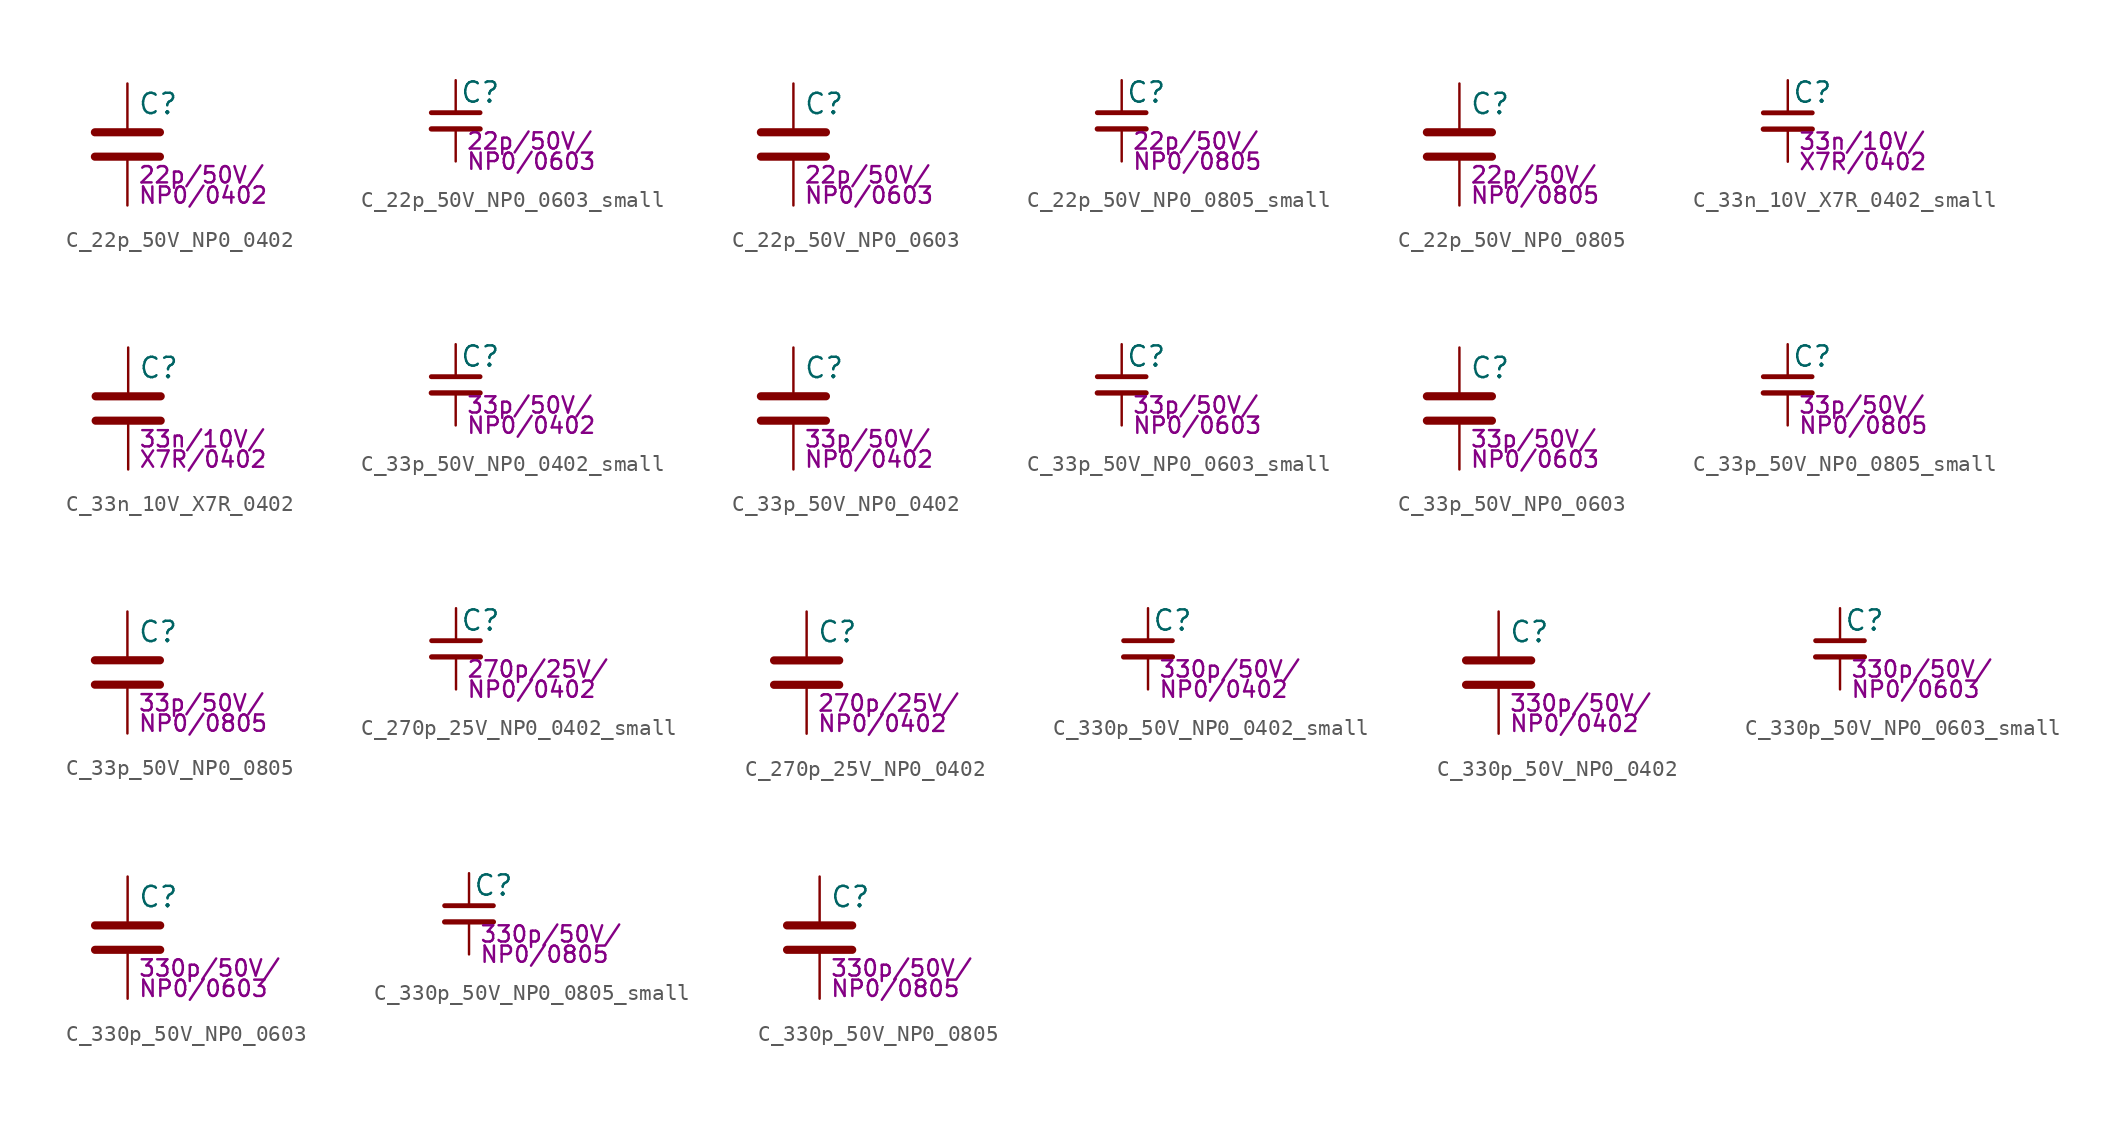
<source format=kicad_sym>
(kicad_symbol_lib
  (version 20211014)
  (generator kicad_symbol_editor)
  (symbol "C_22p_50V_NP0_0402"
    (pin_numbers hide)
    (pin_names
      (offset 0.254))
    (property "Reference" "C"
      (at 0.635 2.54 0)
      (effects (font (size 1.27 1.27)) (justify left)))
    (property "Params" "22p/50V/"
      (at 0.635 -1.905 0)
      (effects (font (size 1.016 1.016)) (justify left)))
    (property "Params2" "NP0/0402"
      (at 0.635 -3.175 0)
      (effects (font (size 1.016 1.016)) (justify left)))
    (symbol "C_22p_50V_NP0_0402_0_1"
      (polyline (pts (xy -2.032 -0.762) (xy 2.032 -0.762)) (stroke (width 0.508) (type default) (color 0 0 0 0)) (fill (type none)))
      (polyline (pts (xy -2.032 0.762) (xy 2.032 0.762)) (stroke (width 0.508) (type default) (color 0 0 0 0)) (fill (type none))))
    (symbol "C_22p_50V_NP0_0402_1_1"
      (pin passive line (at 0 3.81 270) (length 2.794) (name "~" (effects (font (size 1.27 1.27)))) (number "1" (effects (font (size 1.27 1.27)))))
      (pin passive line (at 0 -3.81 90) (length 2.794) (name "~" (effects (font (size 1.27 1.27)))) (number "2" (effects (font (size 1.27 1.27)))))))
  (symbol "C_22p_50V_NP0_0603_small"
    (pin_numbers hide)
    (pin_names
      (offset 0.254) hide)
    (property "Reference" "C"
      (at 0.254 1.778 0)
      (effects (font (size 1.27 1.27)) (justify left)))
    (property "Params" "22p/50V/"
      (at 0.635 -1.27 0)
      (effects (font (size 1.016 1.016)) (justify left)))
    (property "Params2" "NP0/0603"
      (at 0.635 -2.54 0)
      (effects (font (size 1.016 1.016)) (justify left)))
    (symbol "C_22p_50V_NP0_0603_small_0_1"
      (polyline (pts (xy -1.524 -0.508) (xy 1.524 -0.508)) (stroke (width 0.33) (type default) (color 0 0 0 0)) (fill (type none)))
      (polyline (pts (xy -1.524 0.508) (xy 1.524 0.508)) (stroke (width 0.305) (type default) (color 0 0 0 0)) (fill (type none))))
    (symbol "C_22p_50V_NP0_0603_small_1_1"
      (pin passive line (at 0 2.54 270) (length 2.032) (name "~" (effects (font (size 1.27 1.27)))) (number "1" (effects (font (size 1.27 1.27)))))
      (pin passive line (at 0 -2.54 90) (length 2.032) (name "~" (effects (font (size 1.27 1.27)))) (number "2" (effects (font (size 1.27 1.27)))))))
  (symbol "C_22p_50V_NP0_0603"
    (pin_numbers hide)
    (pin_names
      (offset 0.254))
    (property "Reference" "C"
      (at 0.635 2.54 0)
      (effects (font (size 1.27 1.27)) (justify left)))
    (property "Params" "22p/50V/"
      (at 0.635 -1.905 0)
      (effects (font (size 1.016 1.016)) (justify left)))
    (property "Params2" "NP0/0603"
      (at 0.635 -3.175 0)
      (effects (font (size 1.016 1.016)) (justify left)))
    (symbol "C_22p_50V_NP0_0603_0_1"
      (polyline (pts (xy -2.032 -0.762) (xy 2.032 -0.762)) (stroke (width 0.508) (type default) (color 0 0 0 0)) (fill (type none)))
      (polyline (pts (xy -2.032 0.762) (xy 2.032 0.762)) (stroke (width 0.508) (type default) (color 0 0 0 0)) (fill (type none))))
    (symbol "C_22p_50V_NP0_0603_1_1"
      (pin passive line (at 0 3.81 270) (length 2.794) (name "~" (effects (font (size 1.27 1.27)))) (number "1" (effects (font (size 1.27 1.27)))))
      (pin passive line (at 0 -3.81 90) (length 2.794) (name "~" (effects (font (size 1.27 1.27)))) (number "2" (effects (font (size 1.27 1.27)))))))
  (symbol "C_22p_50V_NP0_0805_small"
    (pin_numbers hide)
    (pin_names
      (offset 0.254) hide)
    (property "Reference" "C"
      (at 0.254 1.778 0)
      (effects (font (size 1.27 1.27)) (justify left)))
    (property "Params" "22p/50V/"
      (at 0.635 -1.27 0)
      (effects (font (size 1.016 1.016)) (justify left)))
    (property "Params2" "NP0/0805"
      (at 0.635 -2.54 0)
      (effects (font (size 1.016 1.016)) (justify left)))
    (symbol "C_22p_50V_NP0_0805_small_0_1"
      (polyline (pts (xy -1.524 -0.508) (xy 1.524 -0.508)) (stroke (width 0.33) (type default) (color 0 0 0 0)) (fill (type none)))
      (polyline (pts (xy -1.524 0.508) (xy 1.524 0.508)) (stroke (width 0.305) (type default) (color 0 0 0 0)) (fill (type none))))
    (symbol "C_22p_50V_NP0_0805_small_1_1"
      (pin passive line (at 0 2.54 270) (length 2.032) (name "~" (effects (font (size 1.27 1.27)))) (number "1" (effects (font (size 1.27 1.27)))))
      (pin passive line (at 0 -2.54 90) (length 2.032) (name "~" (effects (font (size 1.27 1.27)))) (number "2" (effects (font (size 1.27 1.27)))))))
  (symbol "C_22p_50V_NP0_0805"
    (pin_numbers hide)
    (pin_names
      (offset 0.254))
    (property "Reference" "C"
      (at 0.635 2.54 0)
      (effects (font (size 1.27 1.27)) (justify left)))
    (property "Params" "22p/50V/"
      (at 0.635 -1.905 0)
      (effects (font (size 1.016 1.016)) (justify left)))
    (property "Params2" "NP0/0805"
      (at 0.635 -3.175 0)
      (effects (font (size 1.016 1.016)) (justify left)))
    (symbol "C_22p_50V_NP0_0805_0_1"
      (polyline (pts (xy -2.032 -0.762) (xy 2.032 -0.762)) (stroke (width 0.508) (type default) (color 0 0 0 0)) (fill (type none)))
      (polyline (pts (xy -2.032 0.762) (xy 2.032 0.762)) (stroke (width 0.508) (type default) (color 0 0 0 0)) (fill (type none))))
    (symbol "C_22p_50V_NP0_0805_1_1"
      (pin passive line (at 0 3.81 270) (length 2.794) (name "~" (effects (font (size 1.27 1.27)))) (number "1" (effects (font (size 1.27 1.27)))))
      (pin passive line (at 0 -3.81 90) (length 2.794) (name "~" (effects (font (size 1.27 1.27)))) (number "2" (effects (font (size 1.27 1.27)))))))
  (symbol "C_33n_10V_X7R_0402_small"
    (pin_numbers hide)
    (pin_names
      (offset 0.254) hide)
    (property "Reference" "C"
      (at 0.254 1.778 0)
      (effects (font (size 1.27 1.27)) (justify left)))
    (property "Params" "33n/10V/"
      (at 0.635 -1.27 0)
      (effects (font (size 1.016 1.016)) (justify left)))
    (property "Params2" "X7R/0402"
      (at 0.635 -2.54 0)
      (effects (font (size 1.016 1.016)) (justify left)))
    (symbol "C_33n_10V_X7R_0402_small_0_1"
      (polyline (pts (xy -1.524 -0.508) (xy 1.524 -0.508)) (stroke (width 0.33) (type default) (color 0 0 0 0)) (fill (type none)))
      (polyline (pts (xy -1.524 0.508) (xy 1.524 0.508)) (stroke (width 0.305) (type default) (color 0 0 0 0)) (fill (type none))))
    (symbol "C_33n_10V_X7R_0402_small_1_1"
      (pin passive line (at 0 2.54 270) (length 2.032) (name "~" (effects (font (size 1.27 1.27)))) (number "1" (effects (font (size 1.27 1.27)))))
      (pin passive line (at 0 -2.54 90) (length 2.032) (name "~" (effects (font (size 1.27 1.27)))) (number "2" (effects (font (size 1.27 1.27)))))))
  (symbol "C_33n_10V_X7R_0402"
    (pin_numbers hide)
    (pin_names
      (offset 0.254))
    (property "Reference" "C"
      (at 0.635 2.54 0)
      (effects (font (size 1.27 1.27)) (justify left)))
    (property "Params" "33n/10V/"
      (at 0.635 -1.905 0)
      (effects (font (size 1.016 1.016)) (justify left)))
    (property "Params2" "X7R/0402"
      (at 0.635 -3.175 0)
      (effects (font (size 1.016 1.016)) (justify left)))
    (symbol "C_33n_10V_X7R_0402_0_1"
      (polyline (pts (xy -2.032 -0.762) (xy 2.032 -0.762)) (stroke (width 0.508) (type default) (color 0 0 0 0)) (fill (type none)))
      (polyline (pts (xy -2.032 0.762) (xy 2.032 0.762)) (stroke (width 0.508) (type default) (color 0 0 0 0)) (fill (type none))))
    (symbol "C_33n_10V_X7R_0402_1_1"
      (pin passive line (at 0 3.81 270) (length 2.794) (name "~" (effects (font (size 1.27 1.27)))) (number "1" (effects (font (size 1.27 1.27)))))
      (pin passive line (at 0 -3.81 90) (length 2.794) (name "~" (effects (font (size 1.27 1.27)))) (number "2" (effects (font (size 1.27 1.27)))))))
  (symbol "C_33p_50V_NP0_0402_small"
    (pin_numbers hide)
    (pin_names
      (offset 0.254) hide)
    (property "Reference" "C"
      (at 0.254 1.778 0)
      (effects (font (size 1.27 1.27)) (justify left)))
    (property "Params" "33p/50V/"
      (at 0.635 -1.27 0)
      (effects (font (size 1.016 1.016)) (justify left)))
    (property "Params2" "NP0/0402"
      (at 0.635 -2.54 0)
      (effects (font (size 1.016 1.016)) (justify left)))
    (symbol "C_33p_50V_NP0_0402_small_0_1"
      (polyline (pts (xy -1.524 -0.508) (xy 1.524 -0.508)) (stroke (width 0.33) (type default) (color 0 0 0 0)) (fill (type none)))
      (polyline (pts (xy -1.524 0.508) (xy 1.524 0.508)) (stroke (width 0.305) (type default) (color 0 0 0 0)) (fill (type none))))
    (symbol "C_33p_50V_NP0_0402_small_1_1"
      (pin passive line (at 0 2.54 270) (length 2.032) (name "~" (effects (font (size 1.27 1.27)))) (number "1" (effects (font (size 1.27 1.27)))))
      (pin passive line (at 0 -2.54 90) (length 2.032) (name "~" (effects (font (size 1.27 1.27)))) (number "2" (effects (font (size 1.27 1.27)))))))
  (symbol "C_33p_50V_NP0_0402"
    (pin_numbers hide)
    (pin_names
      (offset 0.254))
    (property "Reference" "C"
      (at 0.635 2.54 0)
      (effects (font (size 1.27 1.27)) (justify left)))
    (property "Params" "33p/50V/"
      (at 0.635 -1.905 0)
      (effects (font (size 1.016 1.016)) (justify left)))
    (property "Params2" "NP0/0402"
      (at 0.635 -3.175 0)
      (effects (font (size 1.016 1.016)) (justify left)))
    (symbol "C_33p_50V_NP0_0402_0_1"
      (polyline (pts (xy -2.032 -0.762) (xy 2.032 -0.762)) (stroke (width 0.508) (type default) (color 0 0 0 0)) (fill (type none)))
      (polyline (pts (xy -2.032 0.762) (xy 2.032 0.762)) (stroke (width 0.508) (type default) (color 0 0 0 0)) (fill (type none))))
    (symbol "C_33p_50V_NP0_0402_1_1"
      (pin passive line (at 0 3.81 270) (length 2.794) (name "~" (effects (font (size 1.27 1.27)))) (number "1" (effects (font (size 1.27 1.27)))))
      (pin passive line (at 0 -3.81 90) (length 2.794) (name "~" (effects (font (size 1.27 1.27)))) (number "2" (effects (font (size 1.27 1.27)))))))
  (symbol "C_33p_50V_NP0_0603_small"
    (pin_numbers hide)
    (pin_names
      (offset 0.254) hide)
    (property "Reference" "C"
      (at 0.254 1.778 0)
      (effects (font (size 1.27 1.27)) (justify left)))
    (property "Params" "33p/50V/"
      (at 0.635 -1.27 0)
      (effects (font (size 1.016 1.016)) (justify left)))
    (property "Params2" "NP0/0603"
      (at 0.635 -2.54 0)
      (effects (font (size 1.016 1.016)) (justify left)))
    (symbol "C_33p_50V_NP0_0603_small_0_1"
      (polyline (pts (xy -1.524 -0.508) (xy 1.524 -0.508)) (stroke (width 0.33) (type default) (color 0 0 0 0)) (fill (type none)))
      (polyline (pts (xy -1.524 0.508) (xy 1.524 0.508)) (stroke (width 0.305) (type default) (color 0 0 0 0)) (fill (type none))))
    (symbol "C_33p_50V_NP0_0603_small_1_1"
      (pin passive line (at 0 2.54 270) (length 2.032) (name "~" (effects (font (size 1.27 1.27)))) (number "1" (effects (font (size 1.27 1.27)))))
      (pin passive line (at 0 -2.54 90) (length 2.032) (name "~" (effects (font (size 1.27 1.27)))) (number "2" (effects (font (size 1.27 1.27)))))))
  (symbol "C_33p_50V_NP0_0603"
    (pin_numbers hide)
    (pin_names
      (offset 0.254))
    (property "Reference" "C"
      (at 0.635 2.54 0)
      (effects (font (size 1.27 1.27)) (justify left)))
    (property "Params" "33p/50V/"
      (at 0.635 -1.905 0)
      (effects (font (size 1.016 1.016)) (justify left)))
    (property "Params2" "NP0/0603"
      (at 0.635 -3.175 0)
      (effects (font (size 1.016 1.016)) (justify left)))
    (symbol "C_33p_50V_NP0_0603_0_1"
      (polyline (pts (xy -2.032 -0.762) (xy 2.032 -0.762)) (stroke (width 0.508) (type default) (color 0 0 0 0)) (fill (type none)))
      (polyline (pts (xy -2.032 0.762) (xy 2.032 0.762)) (stroke (width 0.508) (type default) (color 0 0 0 0)) (fill (type none))))
    (symbol "C_33p_50V_NP0_0603_1_1"
      (pin passive line (at 0 3.81 270) (length 2.794) (name "~" (effects (font (size 1.27 1.27)))) (number "1" (effects (font (size 1.27 1.27)))))
      (pin passive line (at 0 -3.81 90) (length 2.794) (name "~" (effects (font (size 1.27 1.27)))) (number "2" (effects (font (size 1.27 1.27)))))))
  (symbol "C_33p_50V_NP0_0805_small"
    (pin_numbers hide)
    (pin_names
      (offset 0.254) hide)
    (property "Reference" "C"
      (at 0.254 1.778 0)
      (effects (font (size 1.27 1.27)) (justify left)))
    (property "Params" "33p/50V/"
      (at 0.635 -1.27 0)
      (effects (font (size 1.016 1.016)) (justify left)))
    (property "Params2" "NP0/0805"
      (at 0.635 -2.54 0)
      (effects (font (size 1.016 1.016)) (justify left)))
    (symbol "C_33p_50V_NP0_0805_small_0_1"
      (polyline (pts (xy -1.524 -0.508) (xy 1.524 -0.508)) (stroke (width 0.33) (type default) (color 0 0 0 0)) (fill (type none)))
      (polyline (pts (xy -1.524 0.508) (xy 1.524 0.508)) (stroke (width 0.305) (type default) (color 0 0 0 0)) (fill (type none))))
    (symbol "C_33p_50V_NP0_0805_small_1_1"
      (pin passive line (at 0 2.54 270) (length 2.032) (name "~" (effects (font (size 1.27 1.27)))) (number "1" (effects (font (size 1.27 1.27)))))
      (pin passive line (at 0 -2.54 90) (length 2.032) (name "~" (effects (font (size 1.27 1.27)))) (number "2" (effects (font (size 1.27 1.27)))))))
  (symbol "C_33p_50V_NP0_0805"
    (pin_numbers hide)
    (pin_names
      (offset 0.254))
    (property "Reference" "C"
      (at 0.635 2.54 0)
      (effects (font (size 1.27 1.27)) (justify left)))
    (property "Params" "33p/50V/"
      (at 0.635 -1.905 0)
      (effects (font (size 1.016 1.016)) (justify left)))
    (property "Params2" "NP0/0805"
      (at 0.635 -3.175 0)
      (effects (font (size 1.016 1.016)) (justify left)))
    (symbol "C_33p_50V_NP0_0805_0_1"
      (polyline (pts (xy -2.032 -0.762) (xy 2.032 -0.762)) (stroke (width 0.508) (type default) (color 0 0 0 0)) (fill (type none)))
      (polyline (pts (xy -2.032 0.762) (xy 2.032 0.762)) (stroke (width 0.508) (type default) (color 0 0 0 0)) (fill (type none))))
    (symbol "C_33p_50V_NP0_0805_1_1"
      (pin passive line (at 0 3.81 270) (length 2.794) (name "~" (effects (font (size 1.27 1.27)))) (number "1" (effects (font (size 1.27 1.27)))))
      (pin passive line (at 0 -3.81 90) (length 2.794) (name "~" (effects (font (size 1.27 1.27)))) (number "2" (effects (font (size 1.27 1.27)))))))
  (symbol "C_270p_25V_NP0_0402_small"
    (pin_numbers hide)
    (pin_names
      (offset 0.254) hide)
    (property "Reference" "C"
      (at 0.254 1.778 0)
      (effects (font (size 1.27 1.27)) (justify left)))
    (property "Params" "270p/25V/"
      (at 0.635 -1.27 0)
      (effects (font (size 1.016 1.016)) (justify left)))
    (property "Params2" "NP0/0402"
      (at 0.635 -2.54 0)
      (effects (font (size 1.016 1.016)) (justify left)))
    (symbol "C_270p_25V_NP0_0402_small_0_1"
      (polyline (pts (xy -1.524 -0.508) (xy 1.524 -0.508)) (stroke (width 0.33) (type default) (color 0 0 0 0)) (fill (type none)))
      (polyline (pts (xy -1.524 0.508) (xy 1.524 0.508)) (stroke (width 0.305) (type default) (color 0 0 0 0)) (fill (type none))))
    (symbol "C_270p_25V_NP0_0402_small_1_1"
      (pin passive line (at 0 2.54 270) (length 2.032) (name "~" (effects (font (size 1.27 1.27)))) (number "1" (effects (font (size 1.27 1.27)))))
      (pin passive line (at 0 -2.54 90) (length 2.032) (name "~" (effects (font (size 1.27 1.27)))) (number "2" (effects (font (size 1.27 1.27)))))))
  (symbol "C_270p_25V_NP0_0402"
    (pin_numbers hide)
    (pin_names
      (offset 0.254))
    (property "Reference" "C"
      (at 0.635 2.54 0)
      (effects (font (size 1.27 1.27)) (justify left)))
    (property "Params" "270p/25V/"
      (at 0.635 -1.905 0)
      (effects (font (size 1.016 1.016)) (justify left)))
    (property "Params2" "NP0/0402"
      (at 0.635 -3.175 0)
      (effects (font (size 1.016 1.016)) (justify left)))
    (symbol "C_270p_25V_NP0_0402_0_1"
      (polyline (pts (xy -2.032 -0.762) (xy 2.032 -0.762)) (stroke (width 0.508) (type default) (color 0 0 0 0)) (fill (type none)))
      (polyline (pts (xy -2.032 0.762) (xy 2.032 0.762)) (stroke (width 0.508) (type default) (color 0 0 0 0)) (fill (type none))))
    (symbol "C_270p_25V_NP0_0402_1_1"
      (pin passive line (at 0 3.81 270) (length 2.794) (name "~" (effects (font (size 1.27 1.27)))) (number "1" (effects (font (size 1.27 1.27)))))
      (pin passive line (at 0 -3.81 90) (length 2.794) (name "~" (effects (font (size 1.27 1.27)))) (number "2" (effects (font (size 1.27 1.27)))))))
  (symbol "C_330p_50V_NP0_0402_small"
    (pin_numbers hide)
    (pin_names
      (offset 0.254) hide)
    (property "Reference" "C"
      (at 0.254 1.778 0)
      (effects (font (size 1.27 1.27)) (justify left)))
    (property "Params" "330p/50V/"
      (at 0.635 -1.27 0)
      (effects (font (size 1.016 1.016)) (justify left)))
    (property "Params2" "NP0/0402"
      (at 0.635 -2.54 0)
      (effects (font (size 1.016 1.016)) (justify left)))
    (symbol "C_330p_50V_NP0_0402_small_0_1"
      (polyline (pts (xy -1.524 -0.508) (xy 1.524 -0.508)) (stroke (width 0.33) (type default) (color 0 0 0 0)) (fill (type none)))
      (polyline (pts (xy -1.524 0.508) (xy 1.524 0.508)) (stroke (width 0.305) (type default) (color 0 0 0 0)) (fill (type none))))
    (symbol "C_330p_50V_NP0_0402_small_1_1"
      (pin passive line (at 0 2.54 270) (length 2.032) (name "~" (effects (font (size 1.27 1.27)))) (number "1" (effects (font (size 1.27 1.27)))))
      (pin passive line (at 0 -2.54 90) (length 2.032) (name "~" (effects (font (size 1.27 1.27)))) (number "2" (effects (font (size 1.27 1.27)))))))
  (symbol "C_330p_50V_NP0_0402"
    (pin_numbers hide)
    (pin_names
      (offset 0.254))
    (property "Reference" "C"
      (at 0.635 2.54 0)
      (effects (font (size 1.27 1.27)) (justify left)))
    (property "Params" "330p/50V/"
      (at 0.635 -1.905 0)
      (effects (font (size 1.016 1.016)) (justify left)))
    (property "Params2" "NP0/0402"
      (at 0.635 -3.175 0)
      (effects (font (size 1.016 1.016)) (justify left)))
    (symbol "C_330p_50V_NP0_0402_0_1"
      (polyline (pts (xy -2.032 -0.762) (xy 2.032 -0.762)) (stroke (width 0.508) (type default) (color 0 0 0 0)) (fill (type none)))
      (polyline (pts (xy -2.032 0.762) (xy 2.032 0.762)) (stroke (width 0.508) (type default) (color 0 0 0 0)) (fill (type none))))
    (symbol "C_330p_50V_NP0_0402_1_1"
      (pin passive line (at 0 3.81 270) (length 2.794) (name "~" (effects (font (size 1.27 1.27)))) (number "1" (effects (font (size 1.27 1.27)))))
      (pin passive line (at 0 -3.81 90) (length 2.794) (name "~" (effects (font (size 1.27 1.27)))) (number "2" (effects (font (size 1.27 1.27)))))))
  (symbol "C_330p_50V_NP0_0603_small"
    (pin_numbers hide)
    (pin_names
      (offset 0.254) hide)
    (property "Reference" "C"
      (at 0.254 1.778 0)
      (effects (font (size 1.27 1.27)) (justify left)))
    (property "Params" "330p/50V/"
      (at 0.635 -1.27 0)
      (effects (font (size 1.016 1.016)) (justify left)))
    (property "Params2" "NP0/0603"
      (at 0.635 -2.54 0)
      (effects (font (size 1.016 1.016)) (justify left)))
    (symbol "C_330p_50V_NP0_0603_small_0_1"
      (polyline (pts (xy -1.524 -0.508) (xy 1.524 -0.508)) (stroke (width 0.33) (type default) (color 0 0 0 0)) (fill (type none)))
      (polyline (pts (xy -1.524 0.508) (xy 1.524 0.508)) (stroke (width 0.305) (type default) (color 0 0 0 0)) (fill (type none))))
    (symbol "C_330p_50V_NP0_0603_small_1_1"
      (pin passive line (at 0 2.54 270) (length 2.032) (name "~" (effects (font (size 1.27 1.27)))) (number "1" (effects (font (size 1.27 1.27)))))
      (pin passive line (at 0 -2.54 90) (length 2.032) (name "~" (effects (font (size 1.27 1.27)))) (number "2" (effects (font (size 1.27 1.27)))))))
  (symbol "C_330p_50V_NP0_0603"
    (pin_numbers hide)
    (pin_names
      (offset 0.254))
    (property "Reference" "C"
      (at 0.635 2.54 0)
      (effects (font (size 1.27 1.27)) (justify left)))
    (property "Params" "330p/50V/"
      (at 0.635 -1.905 0)
      (effects (font (size 1.016 1.016)) (justify left)))
    (property "Params2" "NP0/0603"
      (at 0.635 -3.175 0)
      (effects (font (size 1.016 1.016)) (justify left)))
    (symbol "C_330p_50V_NP0_0603_0_1"
      (polyline (pts (xy -2.032 -0.762) (xy 2.032 -0.762)) (stroke (width 0.508) (type default) (color 0 0 0 0)) (fill (type none)))
      (polyline (pts (xy -2.032 0.762) (xy 2.032 0.762)) (stroke (width 0.508) (type default) (color 0 0 0 0)) (fill (type none))))
    (symbol "C_330p_50V_NP0_0603_1_1"
      (pin passive line (at 0 3.81 270) (length 2.794) (name "~" (effects (font (size 1.27 1.27)))) (number "1" (effects (font (size 1.27 1.27)))))
      (pin passive line (at 0 -3.81 90) (length 2.794) (name "~" (effects (font (size 1.27 1.27)))) (number "2" (effects (font (size 1.27 1.27)))))))
  (symbol "C_330p_50V_NP0_0805_small"
    (pin_numbers hide)
    (pin_names
      (offset 0.254) hide)
    (property "Reference" "C"
      (at 0.254 1.778 0)
      (effects (font (size 1.27 1.27)) (justify left)))
    (property "Params" "330p/50V/"
      (at 0.635 -1.27 0)
      (effects (font (size 1.016 1.016)) (justify left)))
    (property "Params2" "NP0/0805"
      (at 0.635 -2.54 0)
      (effects (font (size 1.016 1.016)) (justify left)))
    (symbol "C_330p_50V_NP0_0805_small_0_1"
      (polyline (pts (xy -1.524 -0.508) (xy 1.524 -0.508)) (stroke (width 0.33) (type default) (color 0 0 0 0)) (fill (type none)))
      (polyline (pts (xy -1.524 0.508) (xy 1.524 0.508)) (stroke (width 0.305) (type default) (color 0 0 0 0)) (fill (type none))))
    (symbol "C_330p_50V_NP0_0805_small_1_1"
      (pin passive line (at 0 2.54 270) (length 2.032) (name "~" (effects (font (size 1.27 1.27)))) (number "1" (effects (font (size 1.27 1.27)))))
      (pin passive line (at 0 -2.54 90) (length 2.032) (name "~" (effects (font (size 1.27 1.27)))) (number "2" (effects (font (size 1.27 1.27)))))))
  (symbol "C_330p_50V_NP0_0805"
    (pin_numbers hide)
    (pin_names
      (offset 0.254))
    (property "Reference" "C"
      (at 0.635 2.54 0)
      (effects (font (size 1.27 1.27)) (justify left)))
    (property "Params" "330p/50V/"
      (at 0.635 -1.905 0)
      (effects (font (size 1.016 1.016)) (justify left)))
    (property "Params2" "NP0/0805"
      (at 0.635 -3.175 0)
      (effects (font (size 1.016 1.016)) (justify left)))
    (symbol "C_330p_50V_NP0_0805_0_1"
      (polyline (pts (xy -2.032 -0.762) (xy 2.032 -0.762)) (stroke (width 0.508) (type default) (color 0 0 0 0)) (fill (type none)))
      (polyline (pts (xy -2.032 0.762) (xy 2.032 0.762)) (stroke (width 0.508) (type default) (color 0 0 0 0)) (fill (type none))))
    (symbol "C_330p_50V_NP0_0805_1_1"
      (pin passive line (at 0 3.81 270) (length 2.794) (name "~" (effects (font (size 1.27 1.27)))) (number "1" (effects (font (size 1.27 1.27)))))
      (pin passive line (at 0 -3.81 90) (length 2.794) (name "~" (effects (font (size 1.27 1.27)))) (number "2" (effects (font (size 1.27 1.27))))))))
</source>
